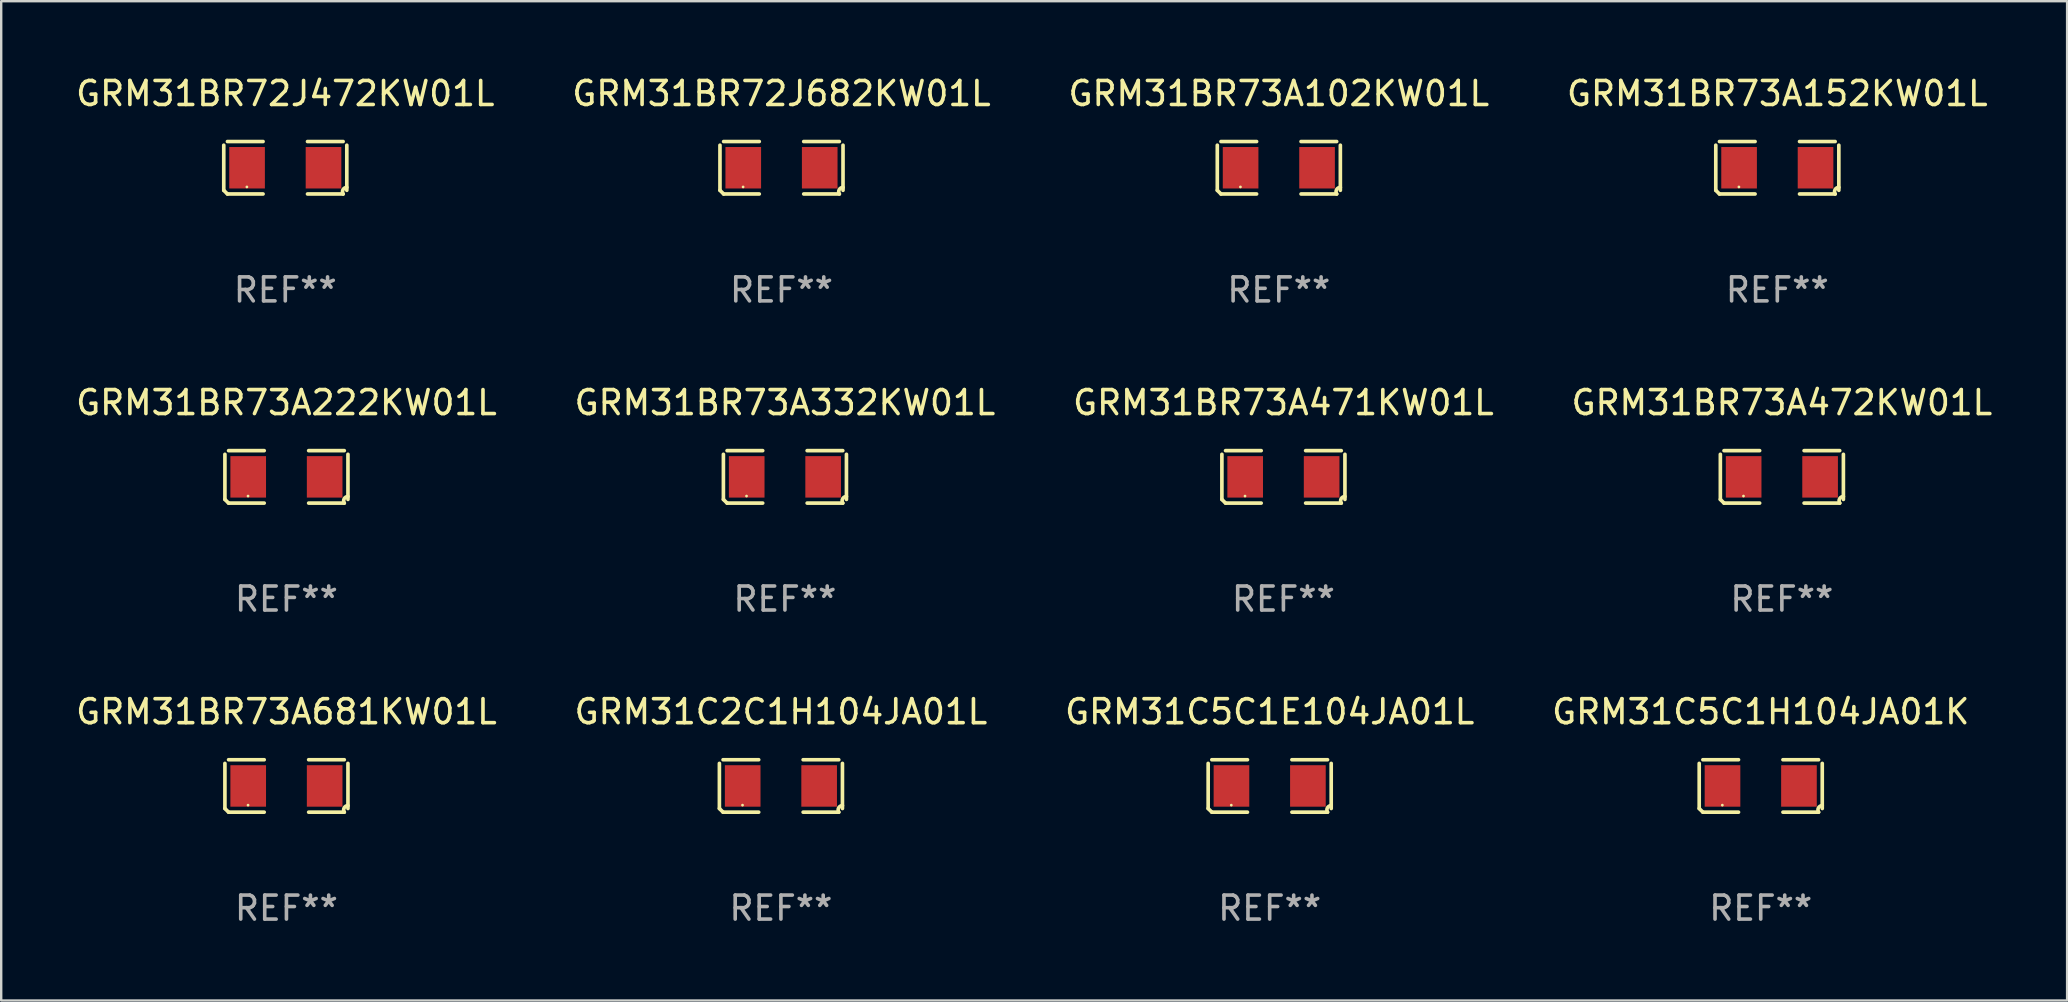
<source format=kicad_pcb>
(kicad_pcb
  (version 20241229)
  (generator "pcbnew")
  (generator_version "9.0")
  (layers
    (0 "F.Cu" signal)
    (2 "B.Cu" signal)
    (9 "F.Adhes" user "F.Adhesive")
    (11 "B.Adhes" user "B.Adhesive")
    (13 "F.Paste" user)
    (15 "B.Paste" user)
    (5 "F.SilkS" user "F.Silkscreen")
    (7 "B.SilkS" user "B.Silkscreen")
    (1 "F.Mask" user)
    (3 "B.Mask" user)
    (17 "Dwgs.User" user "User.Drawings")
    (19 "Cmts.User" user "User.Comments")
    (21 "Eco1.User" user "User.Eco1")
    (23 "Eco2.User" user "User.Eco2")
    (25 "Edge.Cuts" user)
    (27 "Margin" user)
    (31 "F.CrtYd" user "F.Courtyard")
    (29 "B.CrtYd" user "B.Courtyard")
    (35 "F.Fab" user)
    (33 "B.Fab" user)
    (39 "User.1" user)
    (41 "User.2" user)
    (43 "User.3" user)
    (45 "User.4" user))
  (footprint "GRM31BR72J472KW01L"
    (layer "F.Cu")
    (at 8.839 3.941)
    (property "Reference" "GRM31BR72J472KW01L" (at 0 -3.093 0) (layer "F.SilkS") (effects (font (size 1 1) (thickness 0.15))))
    (attr through_hole)
    (fp_line (start -2.564 0.94) (end -2.564 -0.94) (stroke (width 0.152) (type solid)) (layer "F.SilkS"))
    (fp_line (start -2.411 -1.093) (end -0.926 -1.093) (stroke (width 0.152) (type solid)) (layer "F.SilkS"))
    (fp_line (start -0.926 1.093) (end -2.411 1.093) (stroke (width 0.152) (type solid)) (layer "F.SilkS"))
    (fp_line (start 0.926 1.093) (end 2.411 1.093) (stroke (width 0.152) (type solid)) (layer "F.SilkS"))
    (fp_line (start 2.411 -1.093) (end 0.926 -1.093) (stroke (width 0.152) (type solid)) (layer "F.SilkS"))
    (fp_line (start 2.564 0.94) (end 2.564 -0.94) (stroke (width 0.152) (type solid)) (layer "F.SilkS"))
    (fp_arc (start -2.411201 1.092609) (mid -2.487413 1.01642) (end -2.563602 0.940208) (stroke (width 0.1524) (type solid)) (layer "F.SilkS"))
    (fp_arc (start 2.411201 1.092609) (mid 2.407159 0.911226) (end 2.563602 0.819347) (stroke (width 0.1524) (type solid)) (layer "F.SilkS"))
    (fp_circle (center -1.6 0.8) (end -1.57 0.8) (stroke (width 0.06) (type solid)) (fill no) (layer "F.SilkS"))
    (fp_text user "REF**" (at 0 5.093 0) (layer "F.Fab") (effects (font (size 1 1) (thickness 0.15))))
    (pad "1" smd rect (at -1.593 0) (size 1.485 1.728) (layers "F.Cu" "F.Mask" "F.Paste"))
    (pad "2" smd rect (at 1.593 0) (size 1.485 1.728) (layers "F.Cu" "F.Mask" "F.Paste")))
  (footprint "GRM31BR73A471KW01L"
    (layer "F.Cu")
    (at 50.435 16.823)
    (property "Reference" "GRM31BR73A471KW01L" (at 0 -3.093 0) (layer "F.SilkS") (effects (font (size 1 1) (thickness 0.15))))
    (attr through_hole)
    (fp_line (start -2.564 0.94) (end -2.564 -0.94) (stroke (width 0.152) (type solid)) (layer "F.SilkS"))
    (fp_line (start -2.411 -1.093) (end -0.926 -1.093) (stroke (width 0.152) (type solid)) (layer "F.SilkS"))
    (fp_line (start -0.926 1.093) (end -2.411 1.093) (stroke (width 0.152) (type solid)) (layer "F.SilkS"))
    (fp_line (start 0.926 1.093) (end 2.411 1.093) (stroke (width 0.152) (type solid)) (layer "F.SilkS"))
    (fp_line (start 2.411 -1.093) (end 0.926 -1.093) (stroke (width 0.152) (type solid)) (layer "F.SilkS"))
    (fp_line (start 2.564 0.94) (end 2.564 -0.94) (stroke (width 0.152) (type solid)) (layer "F.SilkS"))
    (fp_arc (start -2.411201 1.092609) (mid -2.487413 1.01642) (end -2.563602 0.940208) (stroke (width 0.1524) (type solid)) (layer "F.SilkS"))
    (fp_arc (start 2.411201 1.092609) (mid 2.407159 0.911226) (end 2.563602 0.819347) (stroke (width 0.1524) (type solid)) (layer "F.SilkS"))
    (fp_circle (center -1.6 0.8) (end -1.57 0.8) (stroke (width 0.06) (type solid)) (fill no) (layer "F.SilkS"))
    (fp_text user "REF**" (at 0 5.093 0) (layer "F.Fab") (effects (font (size 1 1) (thickness 0.15))))
    (pad "1" smd rect (at -1.593 0) (size 1.485 1.728) (layers "F.Cu" "F.Mask" "F.Paste"))
    (pad "2" smd rect (at 1.593 0) (size 1.485 1.728) (layers "F.Cu" "F.Mask" "F.Paste")))
  (footprint "GRM31C5C1H104JA01K"
    (layer "F.Cu")
    (at 70.327 29.704)
    (property "Reference" "GRM31C5C1H104JA01K" (at 0 -3.093 0) (layer "F.SilkS") (effects (font (size 1 1) (thickness 0.15))))
    (attr through_hole)
    (fp_line (start -2.564 0.94) (end -2.564 -0.94) (stroke (width 0.152) (type solid)) (layer "F.SilkS"))
    (fp_line (start -2.411 -1.093) (end -0.926 -1.093) (stroke (width 0.152) (type solid)) (layer "F.SilkS"))
    (fp_line (start -0.926 1.093) (end -2.411 1.093) (stroke (width 0.152) (type solid)) (layer "F.SilkS"))
    (fp_line (start 0.926 1.093) (end 2.411 1.093) (stroke (width 0.152) (type solid)) (layer "F.SilkS"))
    (fp_line (start 2.411 -1.093) (end 0.926 -1.093) (stroke (width 0.152) (type solid)) (layer "F.SilkS"))
    (fp_line (start 2.564 0.94) (end 2.564 -0.94) (stroke (width 0.152) (type solid)) (layer "F.SilkS"))
    (fp_arc (start -2.411201 1.092609) (mid -2.487413 1.01642) (end -2.563602 0.940208) (stroke (width 0.1524) (type solid)) (layer "F.SilkS"))
    (fp_arc (start 2.411201 1.092609) (mid 2.407159 0.911226) (end 2.563602 0.819347) (stroke (width 0.1524) (type solid)) (layer "F.SilkS"))
    (fp_circle (center -1.6 0.8) (end -1.57 0.8) (stroke (width 0.06) (type solid)) (fill no) (layer "F.SilkS"))
    (fp_text user "REF**" (at 0 5.093 0) (layer "F.Fab") (effects (font (size 1 1) (thickness 0.15))))
    (pad "1" smd rect (at -1.593 0) (size 1.485 1.728) (layers "F.Cu" "F.Mask" "F.Paste"))
    (pad "2" smd rect (at 1.593 0) (size 1.485 1.728) (layers "F.Cu" "F.Mask" "F.Paste")))
  (footprint "GRM31BR73A152KW01L"
    (layer "F.Cu")
    (at 71.018 3.941)
    (property "Reference" "GRM31BR73A152KW01L" (at 0 -3.093 0) (layer "F.SilkS") (effects (font (size 1 1) (thickness 0.15))))
    (attr through_hole)
    (fp_line (start -2.564 0.94) (end -2.564 -0.94) (stroke (width 0.152) (type solid)) (layer "F.SilkS"))
    (fp_line (start -2.411 -1.093) (end -0.926 -1.093) (stroke (width 0.152) (type solid)) (layer "F.SilkS"))
    (fp_line (start -0.926 1.093) (end -2.411 1.093) (stroke (width 0.152) (type solid)) (layer "F.SilkS"))
    (fp_line (start 0.926 1.093) (end 2.411 1.093) (stroke (width 0.152) (type solid)) (layer "F.SilkS"))
    (fp_line (start 2.411 -1.093) (end 0.926 -1.093) (stroke (width 0.152) (type solid)) (layer "F.SilkS"))
    (fp_line (start 2.564 0.94) (end 2.564 -0.94) (stroke (width 0.152) (type solid)) (layer "F.SilkS"))
    (fp_arc (start -2.411201 1.092609) (mid -2.487413 1.01642) (end -2.563602 0.940208) (stroke (width 0.1524) (type solid)) (layer "F.SilkS"))
    (fp_arc (start 2.411201 1.092609) (mid 2.407159 0.911226) (end 2.563602 0.819347) (stroke (width 0.1524) (type solid)) (layer "F.SilkS"))
    (fp_circle (center -1.6 0.8) (end -1.57 0.8) (stroke (width 0.06) (type solid)) (fill no) (layer "F.SilkS"))
    (fp_text user "REF**" (at 0 5.093 0) (layer "F.Fab") (effects (font (size 1 1) (thickness 0.15))))
    (pad "1" smd rect (at -1.593 0) (size 1.485 1.728) (layers "F.Cu" "F.Mask" "F.Paste"))
    (pad "2" smd rect (at 1.593 0) (size 1.485 1.728) (layers "F.Cu" "F.Mask" "F.Paste")))
  (footprint "GRM31BR72J682KW01L"
    (layer "F.Cu")
    (at 29.518 3.941)
    (property "Reference" "GRM31BR72J682KW01L" (at 0 -3.093 0) (layer "F.SilkS") (effects (font (size 1 1) (thickness 0.15))))
    (attr through_hole)
    (fp_line (start -2.564 0.94) (end -2.564 -0.94) (stroke (width 0.152) (type solid)) (layer "F.SilkS"))
    (fp_line (start -2.411 -1.093) (end -0.926 -1.093) (stroke (width 0.152) (type solid)) (layer "F.SilkS"))
    (fp_line (start -0.926 1.093) (end -2.411 1.093) (stroke (width 0.152) (type solid)) (layer "F.SilkS"))
    (fp_line (start 0.926 1.093) (end 2.411 1.093) (stroke (width 0.152) (type solid)) (layer "F.SilkS"))
    (fp_line (start 2.411 -1.093) (end 0.926 -1.093) (stroke (width 0.152) (type solid)) (layer "F.SilkS"))
    (fp_line (start 2.564 0.94) (end 2.564 -0.94) (stroke (width 0.152) (type solid)) (layer "F.SilkS"))
    (fp_arc (start -2.411201 1.092609) (mid -2.487413 1.01642) (end -2.563602 0.940208) (stroke (width 0.1524) (type solid)) (layer "F.SilkS"))
    (fp_arc (start 2.411201 1.092609) (mid 2.407159 0.911226) (end 2.563602 0.819347) (stroke (width 0.1524) (type solid)) (layer "F.SilkS"))
    (fp_circle (center -1.6 0.8) (end -1.57 0.8) (stroke (width 0.06) (type solid)) (fill no) (layer "F.SilkS"))
    (fp_text user "REF**" (at 0 5.093 0) (layer "F.Fab") (effects (font (size 1 1) (thickness 0.15))))
    (pad "1" smd rect (at -1.593 0) (size 1.485 1.728) (layers "F.Cu" "F.Mask" "F.Paste"))
    (pad "2" smd rect (at 1.593 0) (size 1.485 1.728) (layers "F.Cu" "F.Mask" "F.Paste")))
  (footprint "GRM31BR73A681KW01L"
    (layer "F.Cu")
    (at 8.887 29.704)
    (property "Reference" "GRM31BR73A681KW01L" (at 0 -3.093 0) (layer "F.SilkS") (effects (font (size 1 1) (thickness 0.15))))
    (attr through_hole)
    (fp_line (start -2.564 0.94) (end -2.564 -0.94) (stroke (width 0.152) (type solid)) (layer "F.SilkS"))
    (fp_line (start -2.411 -1.093) (end -0.926 -1.093) (stroke (width 0.152) (type solid)) (layer "F.SilkS"))
    (fp_line (start -0.926 1.093) (end -2.411 1.093) (stroke (width 0.152) (type solid)) (layer "F.SilkS"))
    (fp_line (start 0.926 1.093) (end 2.411 1.093) (stroke (width 0.152) (type solid)) (layer "F.SilkS"))
    (fp_line (start 2.411 -1.093) (end 0.926 -1.093) (stroke (width 0.152) (type solid)) (layer "F.SilkS"))
    (fp_line (start 2.564 0.94) (end 2.564 -0.94) (stroke (width 0.152) (type solid)) (layer "F.SilkS"))
    (fp_arc (start -2.411201 1.092609) (mid -2.487413 1.01642) (end -2.563602 0.940208) (stroke (width 0.1524) (type solid)) (layer "F.SilkS"))
    (fp_arc (start 2.411201 1.092609) (mid 2.407159 0.911226) (end 2.563602 0.819347) (stroke (width 0.1524) (type solid)) (layer "F.SilkS"))
    (fp_circle (center -1.6 0.8) (end -1.57 0.8) (stroke (width 0.06) (type solid)) (fill no) (layer "F.SilkS"))
    (fp_text user "REF**" (at 0 5.093 0) (layer "F.Fab") (effects (font (size 1 1) (thickness 0.15))))
    (pad "1" smd rect (at -1.593 0) (size 1.485 1.728) (layers "F.Cu" "F.Mask" "F.Paste"))
    (pad "2" smd rect (at 1.593 0) (size 1.485 1.728) (layers "F.Cu" "F.Mask" "F.Paste")))
  (footprint "GRM31C5C1E104JA01L"
    (layer "F.Cu")
    (at 49.863 29.704)
    (property "Reference" "GRM31C5C1E104JA01L" (at 0 -3.093 0) (layer "F.SilkS") (effects (font (size 1 1) (thickness 0.15))))
    (attr through_hole)
    (fp_line (start -2.564 0.94) (end -2.564 -0.94) (stroke (width 0.152) (type solid)) (layer "F.SilkS"))
    (fp_line (start -2.411 -1.093) (end -0.926 -1.093) (stroke (width 0.152) (type solid)) (layer "F.SilkS"))
    (fp_line (start -0.926 1.093) (end -2.411 1.093) (stroke (width 0.152) (type solid)) (layer "F.SilkS"))
    (fp_line (start 0.926 1.093) (end 2.411 1.093) (stroke (width 0.152) (type solid)) (layer "F.SilkS"))
    (fp_line (start 2.411 -1.093) (end 0.926 -1.093) (stroke (width 0.152) (type solid)) (layer "F.SilkS"))
    (fp_line (start 2.564 0.94) (end 2.564 -0.94) (stroke (width 0.152) (type solid)) (layer "F.SilkS"))
    (fp_arc (start -2.411201 1.092609) (mid -2.487413 1.01642) (end -2.563602 0.940208) (stroke (width 0.1524) (type solid)) (layer "F.SilkS"))
    (fp_arc (start 2.411201 1.092609) (mid 2.407159 0.911226) (end 2.563602 0.819347) (stroke (width 0.1524) (type solid)) (layer "F.SilkS"))
    (fp_circle (center -1.6 0.8) (end -1.57 0.8) (stroke (width 0.06) (type solid)) (fill no) (layer "F.SilkS"))
    (fp_text user "REF**" (at 0 5.093 0) (layer "F.Fab") (effects (font (size 1 1) (thickness 0.15))))
    (pad "1" smd rect (at -1.593 0) (size 1.485 1.728) (layers "F.Cu" "F.Mask" "F.Paste"))
    (pad "2" smd rect (at 1.593 0) (size 1.485 1.728) (layers "F.Cu" "F.Mask" "F.Paste")))
  (footprint "GRM31BR73A222KW01L"
    (layer "F.Cu")
    (at 8.887 16.823)
    (property "Reference" "GRM31BR73A222KW01L" (at 0 -3.093 0) (layer "F.SilkS") (effects (font (size 1 1) (thickness 0.15))))
    (attr through_hole)
    (fp_line (start -2.564 0.94) (end -2.564 -0.94) (stroke (width 0.152) (type solid)) (layer "F.SilkS"))
    (fp_line (start -2.411 -1.093) (end -0.926 -1.093) (stroke (width 0.152) (type solid)) (layer "F.SilkS"))
    (fp_line (start -0.926 1.093) (end -2.411 1.093) (stroke (width 0.152) (type solid)) (layer "F.SilkS"))
    (fp_line (start 0.926 1.093) (end 2.411 1.093) (stroke (width 0.152) (type solid)) (layer "F.SilkS"))
    (fp_line (start 2.411 -1.093) (end 0.926 -1.093) (stroke (width 0.152) (type solid)) (layer "F.SilkS"))
    (fp_line (start 2.564 0.94) (end 2.564 -0.94) (stroke (width 0.152) (type solid)) (layer "F.SilkS"))
    (fp_arc (start -2.411201 1.092609) (mid -2.487413 1.01642) (end -2.563602 0.940208) (stroke (width 0.1524) (type solid)) (layer "F.SilkS"))
    (fp_arc (start 2.411201 1.092609) (mid 2.407159 0.911226) (end 2.563602 0.819347) (stroke (width 0.1524) (type solid)) (layer "F.SilkS"))
    (fp_circle (center -1.6 0.8) (end -1.57 0.8) (stroke (width 0.06) (type solid)) (fill no) (layer "F.SilkS"))
    (fp_text user "REF**" (at 0 5.093 0) (layer "F.Fab") (effects (font (size 1 1) (thickness 0.15))))
    (pad "1" smd rect (at -1.593 0) (size 1.485 1.728) (layers "F.Cu" "F.Mask" "F.Paste"))
    (pad "2" smd rect (at 1.593 0) (size 1.485 1.728) (layers "F.Cu" "F.Mask" "F.Paste")))
  (footprint "GRM31C2C1H104JA01L"
    (layer "F.Cu")
    (at 29.494 29.704)
    (property "Reference" "GRM31C2C1H104JA01L" (at 0 -3.093 0) (layer "F.SilkS") (effects (font (size 1 1) (thickness 0.15))))
    (attr through_hole)
    (fp_line (start -2.564 0.94) (end -2.564 -0.94) (stroke (width 0.152) (type solid)) (layer "F.SilkS"))
    (fp_line (start -2.411 -1.093) (end -0.926 -1.093) (stroke (width 0.152) (type solid)) (layer "F.SilkS"))
    (fp_line (start -0.926 1.093) (end -2.411 1.093) (stroke (width 0.152) (type solid)) (layer "F.SilkS"))
    (fp_line (start 0.926 1.093) (end 2.411 1.093) (stroke (width 0.152) (type solid)) (layer "F.SilkS"))
    (fp_line (start 2.411 -1.093) (end 0.926 -1.093) (stroke (width 0.152) (type solid)) (layer "F.SilkS"))
    (fp_line (start 2.564 0.94) (end 2.564 -0.94) (stroke (width 0.152) (type solid)) (layer "F.SilkS"))
    (fp_arc (start -2.411201 1.092609) (mid -2.487413 1.01642) (end -2.563602 0.940208) (stroke (width 0.1524) (type solid)) (layer "F.SilkS"))
    (fp_arc (start 2.411201 1.092609) (mid 2.407159 0.911226) (end 2.563602 0.819347) (stroke (width 0.1524) (type solid)) (layer "F.SilkS"))
    (fp_circle (center -1.6 0.8) (end -1.57 0.8) (stroke (width 0.06) (type solid)) (fill no) (layer "F.SilkS"))
    (fp_text user "REF**" (at 0 5.093 0) (layer "F.Fab") (effects (font (size 1 1) (thickness 0.15))))
    (pad "1" smd rect (at -1.593 0) (size 1.485 1.728) (layers "F.Cu" "F.Mask" "F.Paste"))
    (pad "2" smd rect (at 1.593 0) (size 1.485 1.728) (layers "F.Cu" "F.Mask" "F.Paste")))
  (footprint "GRM31BR73A472KW01L"
    (layer "F.Cu")
    (at 71.208 16.823)
    (property "Reference" "GRM31BR73A472KW01L" (at 0 -3.093 0) (layer "F.SilkS") (effects (font (size 1 1) (thickness 0.15))))
    (attr through_hole)
    (fp_line (start -2.564 0.94) (end -2.564 -0.94) (stroke (width 0.152) (type solid)) (layer "F.SilkS"))
    (fp_line (start -2.411 -1.093) (end -0.926 -1.093) (stroke (width 0.152) (type solid)) (layer "F.SilkS"))
    (fp_line (start -0.926 1.093) (end -2.411 1.093) (stroke (width 0.152) (type solid)) (layer "F.SilkS"))
    (fp_line (start 0.926 1.093) (end 2.411 1.093) (stroke (width 0.152) (type solid)) (layer "F.SilkS"))
    (fp_line (start 2.411 -1.093) (end 0.926 -1.093) (stroke (width 0.152) (type solid)) (layer "F.SilkS"))
    (fp_line (start 2.564 0.94) (end 2.564 -0.94) (stroke (width 0.152) (type solid)) (layer "F.SilkS"))
    (fp_arc (start -2.411201 1.092609) (mid -2.487413 1.01642) (end -2.563602 0.940208) (stroke (width 0.1524) (type solid)) (layer "F.SilkS"))
    (fp_arc (start 2.411201 1.092609) (mid 2.407159 0.911226) (end 2.563602 0.819347) (stroke (width 0.1524) (type solid)) (layer "F.SilkS"))
    (fp_circle (center -1.6 0.8) (end -1.57 0.8) (stroke (width 0.06) (type solid)) (fill no) (layer "F.SilkS"))
    (fp_text user "REF**" (at 0 5.093 0) (layer "F.Fab") (effects (font (size 1 1) (thickness 0.15))))
    (pad "1" smd rect (at -1.593 0) (size 1.485 1.728) (layers "F.Cu" "F.Mask" "F.Paste"))
    (pad "2" smd rect (at 1.593 0) (size 1.485 1.728) (layers "F.Cu" "F.Mask" "F.Paste")))
  (footprint "GRM31BR73A102KW01L"
    (layer "F.Cu")
    (at 50.244 3.941)
    (property "Reference" "GRM31BR73A102KW01L" (at 0 -3.093 0) (layer "F.SilkS") (effects (font (size 1 1) (thickness 0.15))))
    (attr through_hole)
    (fp_line (start -2.564 0.94) (end -2.564 -0.94) (stroke (width 0.152) (type solid)) (layer "F.SilkS"))
    (fp_line (start -2.411 -1.093) (end -0.926 -1.093) (stroke (width 0.152) (type solid)) (layer "F.SilkS"))
    (fp_line (start -0.926 1.093) (end -2.411 1.093) (stroke (width 0.152) (type solid)) (layer "F.SilkS"))
    (fp_line (start 0.926 1.093) (end 2.411 1.093) (stroke (width 0.152) (type solid)) (layer "F.SilkS"))
    (fp_line (start 2.411 -1.093) (end 0.926 -1.093) (stroke (width 0.152) (type solid)) (layer "F.SilkS"))
    (fp_line (start 2.564 0.94) (end 2.564 -0.94) (stroke (width 0.152) (type solid)) (layer "F.SilkS"))
    (fp_arc (start -2.411201 1.092609) (mid -2.487413 1.01642) (end -2.563602 0.940208) (stroke (width 0.1524) (type solid)) (layer "F.SilkS"))
    (fp_arc (start 2.411201 1.092609) (mid 2.407159 0.911226) (end 2.563602 0.819347) (stroke (width 0.1524) (type solid)) (layer "F.SilkS"))
    (fp_circle (center -1.6 0.8) (end -1.57 0.8) (stroke (width 0.06) (type solid)) (fill no) (layer "F.SilkS"))
    (fp_text user "REF**" (at 0 5.093 0) (layer "F.Fab") (effects (font (size 1 1) (thickness 0.15))))
    (pad "1" smd rect (at -1.593 0) (size 1.485 1.728) (layers "F.Cu" "F.Mask" "F.Paste"))
    (pad "2" smd rect (at 1.593 0) (size 1.485 1.728) (layers "F.Cu" "F.Mask" "F.Paste")))
  (footprint "GRM31BR73A332KW01L"
    (layer "F.Cu")
    (at 29.661 16.823)
    (property "Reference" "GRM31BR73A332KW01L" (at 0 -3.093 0) (layer "F.SilkS") (effects (font (size 1 1) (thickness 0.15))))
    (attr through_hole)
    (fp_line (start -2.564 0.94) (end -2.564 -0.94) (stroke (width 0.152) (type solid)) (layer "F.SilkS"))
    (fp_line (start -2.411 -1.093) (end -0.926 -1.093) (stroke (width 0.152) (type solid)) (layer "F.SilkS"))
    (fp_line (start -0.926 1.093) (end -2.411 1.093) (stroke (width 0.152) (type solid)) (layer "F.SilkS"))
    (fp_line (start 0.926 1.093) (end 2.411 1.093) (stroke (width 0.152) (type solid)) (layer "F.SilkS"))
    (fp_line (start 2.411 -1.093) (end 0.926 -1.093) (stroke (width 0.152) (type solid)) (layer "F.SilkS"))
    (fp_line (start 2.564 0.94) (end 2.564 -0.94) (stroke (width 0.152) (type solid)) (layer "F.SilkS"))
    (fp_arc (start -2.411201 1.092609) (mid -2.487413 1.01642) (end -2.563602 0.940208) (stroke (width 0.1524) (type solid)) (layer "F.SilkS"))
    (fp_arc (start 2.411201 1.092609) (mid 2.407159 0.911226) (end 2.563602 0.819347) (stroke (width 0.1524) (type solid)) (layer "F.SilkS"))
    (fp_circle (center -1.6 0.8) (end -1.57 0.8) (stroke (width 0.06) (type solid)) (fill no) (layer "F.SilkS"))
    (fp_text user "REF**" (at 0 5.093 0) (layer "F.Fab") (effects (font (size 1 1) (thickness 0.15))))
    (pad "1" smd rect (at -1.593 0) (size 1.485 1.728) (layers "F.Cu" "F.Mask" "F.Paste"))
    (pad "2" smd rect (at 1.593 0) (size 1.485 1.728) (layers "F.Cu" "F.Mask" "F.Paste")))
  (gr_rect
    (start -3 -3)
    (end 83.095 38.645)
    (stroke (width 0.1) (type default))
    (fill no)
    (layer "Edge.Cuts")))
</source>
